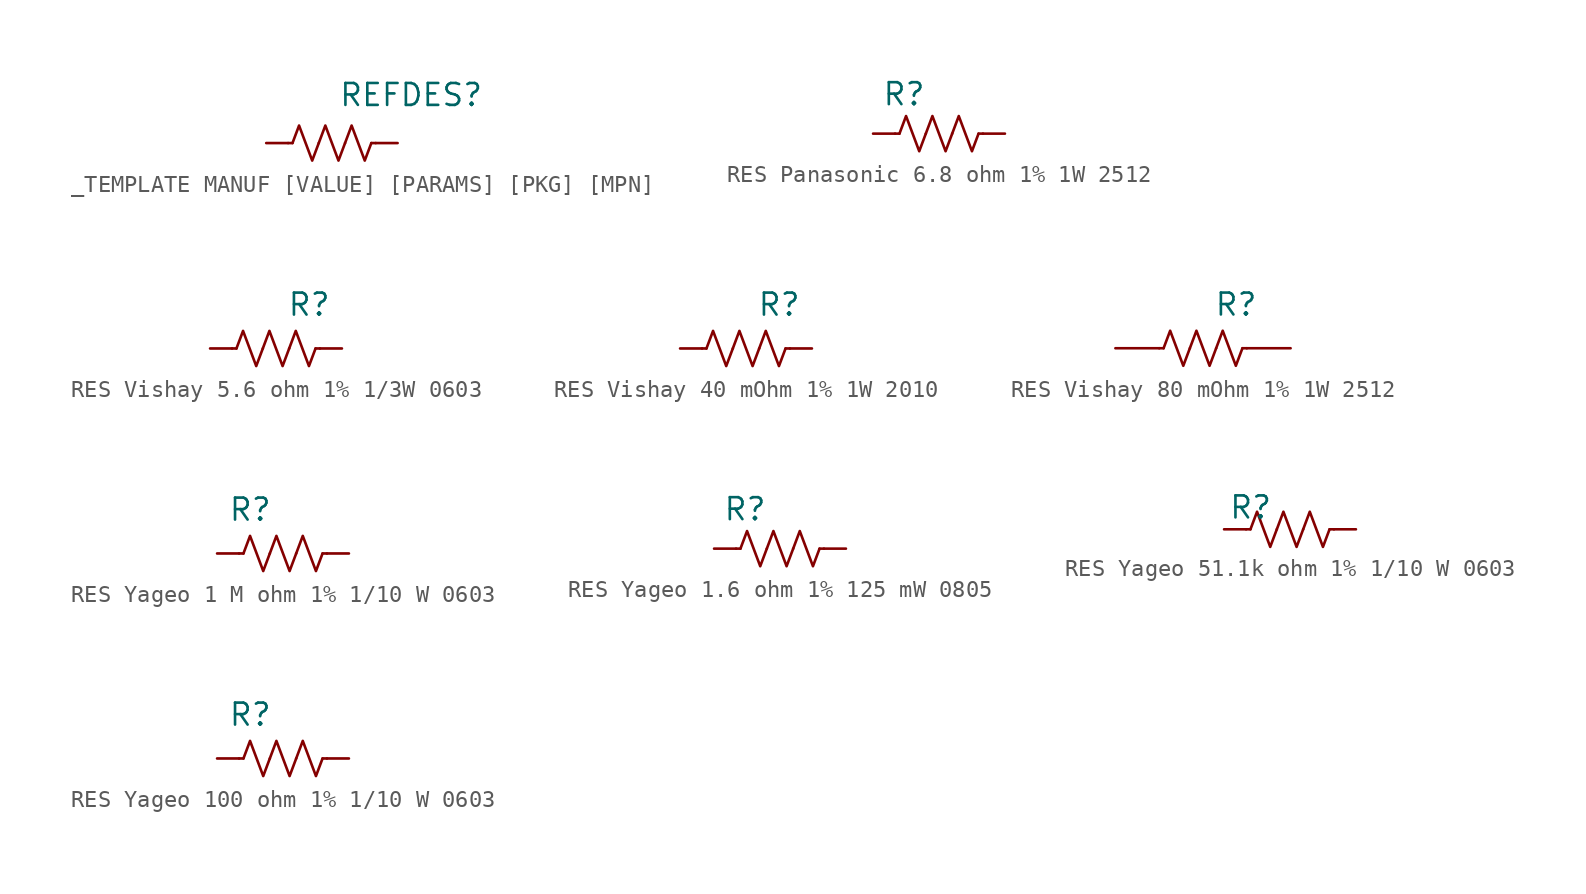
<source format=kicad_sym>
(kicad_symbol_lib
  (version 20241209)
  (generator "kicad_symbol_editor")
  (generator_version "9.0")
  (symbol "_TEMPLATE MANUF [VALUE] [PARAMS] [PKG] [MPN]"
    (pin_numbers
      (hide yes))
    (pin_names
      (offset 0))
    (property "Reference" "REFDES"
      (at 0.635 2.54 0)
      (effects (font (size 1.27 1.27)) (justify left)))
    (symbol "_TEMPLATE MANUF [VALUE] [PARAMS] [PKG] [MPN]_0_1"
      (polyline (pts (xy -2.032 -0.254) (xy -2.286 -0.254)) (stroke (width 0) (type default)) (fill (type none)))
      (polyline (pts (xy -0.508 -0.254) (xy -0.889 -1.27) (xy -1.27 -0.254) (xy -1.651 0.762) (xy -2.032 -0.254)) (stroke (width 0) (type default)) (fill (type none)))
      (polyline (pts (xy 1.016 -0.254) (xy 0.635 -1.27) (xy 0.254 -0.254) (xy -0.127 0.762) (xy -0.508 -0.254)) (stroke (width 0) (type default)) (fill (type none)))
      (polyline (pts (xy 2.54 -0.254) (xy 2.794 -0.254)) (stroke (width 0) (type default)) (fill (type none)))
      (polyline (pts (xy 2.54 -0.254) (xy 2.159 -1.27) (xy 1.778 -0.254) (xy 1.397 0.762) (xy 1.016 -0.254)) (stroke (width 0) (type default)) (fill (type none))))
    (symbol "_TEMPLATE MANUF [VALUE] [PARAMS] [PKG] [MPN]_1_1"
      (pin passive line (at -3.556 -0.254 0) (length 1.27) (name "~" (effects (font (size 1.27 1.27)))) (number "2" (effects (font (size 1.27 1.27)))))
      (pin passive line (at 4.064 -0.254 180) (length 1.27) (name "~" (effects (font (size 1.27 1.27)))) (number "1" (effects (font (size 1.27 1.27)))))))
  (symbol "RES Panasonic 6.8 ohm 1% 1W 2512"
    (pin_numbers
      (hide yes))
    (pin_names
      (offset 0))
    (property "Reference" "R"
      (at -3.302 2.286 0)
      (effects (font (size 1.27 1.27)) (justify left)))
    (symbol "RES Panasonic 6.8 ohm 1% 1W 2512_0_1"
      (polyline (pts (xy -2.286 0) (xy -2.54 0)) (stroke (width 0) (type default)) (fill (type none)))
      (polyline (pts (xy -0.762 0) (xy -1.143 -1.016) (xy -1.524 0) (xy -1.905 1.016) (xy -2.286 0)) (stroke (width 0) (type default)) (fill (type none)))
      (polyline (pts (xy 0.762 0) (xy 0.381 -1.016) (xy 0 0) (xy -0.381 1.016) (xy -0.762 0)) (stroke (width 0) (type default)) (fill (type none)))
      (polyline (pts (xy 2.286 0) (xy 2.54 0)) (stroke (width 0) (type default)) (fill (type none)))
      (polyline (pts (xy 2.286 0) (xy 1.905 -1.016) (xy 1.524 0) (xy 1.143 1.016) (xy 0.762 0)) (stroke (width 0) (type default)) (fill (type none))))
    (symbol "RES Panasonic 6.8 ohm 1% 1W 2512_1_1"
      (pin passive line (at -3.81 0 0) (length 1.27) (name "~" (effects (font (size 1.27 1.27)))) (number "2" (effects (font (size 1.27 1.27)))))
      (pin passive line (at 3.81 0 180) (length 1.27) (name "~" (effects (font (size 1.27 1.27)))) (number "1" (effects (font (size 1.27 1.27)))))))
  (symbol "RES Vishay 5.6 ohm 1% 1/3W 0603"
    (pin_numbers
      (hide yes))
    (pin_names
      (offset 0))
    (property "Reference" "R"
      (at 0.635 2.54 0)
      (effects (font (size 1.27 1.27)) (justify left)))
    (symbol "RES Vishay 5.6 ohm 1% 1/3W 0603_0_1"
      (polyline (pts (xy -2.286 0) (xy -2.54 0)) (stroke (width 0) (type default)) (fill (type none)))
      (polyline (pts (xy -0.762 0) (xy -1.143 -1.016) (xy -1.524 0) (xy -1.905 1.016) (xy -2.286 0)) (stroke (width 0) (type default)) (fill (type none)))
      (polyline (pts (xy 0.762 0) (xy 0.381 -1.016) (xy 0 0) (xy -0.381 1.016) (xy -0.762 0)) (stroke (width 0) (type default)) (fill (type none)))
      (polyline (pts (xy 2.286 0) (xy 2.54 0)) (stroke (width 0) (type default)) (fill (type none)))
      (polyline (pts (xy 2.286 0) (xy 1.905 -1.016) (xy 1.524 0) (xy 1.143 1.016) (xy 0.762 0)) (stroke (width 0) (type default)) (fill (type none))))
    (symbol "RES Vishay 5.6 ohm 1% 1/3W 0603_1_1"
      (pin passive line (at -3.81 0 0) (length 1.27) (name "~" (effects (font (size 1.27 1.27)))) (number "2" (effects (font (size 1.27 1.27)))))
      (pin passive line (at 3.81 0 180) (length 1.27) (name "~" (effects (font (size 1.27 1.27)))) (number "1" (effects (font (size 1.27 1.27)))))))
  (symbol "RES Vishay 40 mOhm 1% 1W 2010"
    (pin_numbers
      (hide yes))
    (pin_names
      (offset 0))
    (property "Reference" "R"
      (at 0.635 2.54 0)
      (effects (font (size 1.27 1.27)) (justify left)))
    (symbol "RES Vishay 40 mOhm 1% 1W 2010_0_1"
      (polyline (pts (xy -2.286 0) (xy -2.54 0)) (stroke (width 0) (type default)) (fill (type none)))
      (polyline (pts (xy -0.762 0) (xy -1.143 -1.016) (xy -1.524 0) (xy -1.905 1.016) (xy -2.286 0)) (stroke (width 0) (type default)) (fill (type none)))
      (polyline (pts (xy 0.762 0) (xy 0.381 -1.016) (xy 0 0) (xy -0.381 1.016) (xy -0.762 0)) (stroke (width 0) (type default)) (fill (type none)))
      (polyline (pts (xy 2.286 0) (xy 2.54 0)) (stroke (width 0) (type default)) (fill (type none)))
      (polyline (pts (xy 2.286 0) (xy 1.905 -1.016) (xy 1.524 0) (xy 1.143 1.016) (xy 0.762 0)) (stroke (width 0) (type default)) (fill (type none))))
    (symbol "RES Vishay 40 mOhm 1% 1W 2010_1_1"
      (pin passive line (at -3.81 0 0) (length 1.27) (name "~" (effects (font (size 1.27 1.27)))) (number "2" (effects (font (size 1.27 1.27)))))
      (pin passive line (at 3.81 0 180) (length 1.27) (name "~" (effects (font (size 1.27 1.27)))) (number "1" (effects (font (size 1.27 1.27)))))))
  (symbol "RES Vishay 80 mOhm 1% 1W 2512"
    (pin_numbers
      (hide yes))
    (pin_names
      (offset 0))
    (property "Reference" "R"
      (at 0.635 2.54 0)
      (effects (font (size 1.27 1.27)) (justify left)))
    (symbol "RES Vishay 80 mOhm 1% 1W 2512_0_1"
      (polyline (pts (xy -2.286 0) (xy -2.54 0)) (stroke (width 0) (type default)) (fill (type none)))
      (polyline (pts (xy -0.762 0) (xy -1.143 -1.016) (xy -1.524 0) (xy -1.905 1.016) (xy -2.286 0)) (stroke (width 0) (type default)) (fill (type none)))
      (polyline (pts (xy 0.762 0) (xy 0.381 -1.016) (xy 0 0) (xy -0.381 1.016) (xy -0.762 0)) (stroke (width 0) (type default)) (fill (type none)))
      (polyline (pts (xy 2.286 0) (xy 2.54 0)) (stroke (width 0) (type default)) (fill (type none)))
      (polyline (pts (xy 2.286 0) (xy 1.905 -1.016) (xy 1.524 0) (xy 1.143 1.016) (xy 0.762 0)) (stroke (width 0) (type default)) (fill (type none))))
    (symbol "RES Vishay 80 mOhm 1% 1W 2512_1_1"
      (pin passive line (at -5.08 0 0) (length 2.54) (name "~" (effects (font (size 1.27 1.27)))) (number "2" (effects (font (size 1.27 1.27)))))
      (pin passive line (at 5.08 0 180) (length 2.54) (name "~" (effects (font (size 1.27 1.27)))) (number "1" (effects (font (size 1.27 1.27)))))))
  (symbol "RES Yageo 1 M ohm 1% 1/10 W 0603"
    (pin_numbers
      (hide yes))
    (pin_names
      (offset 0))
    (property "Reference" "R"
      (at 0.635 2.54 0)
      (effects (font (size 1.27 1.27)) (justify left)))
    (symbol "RES Yageo 1 M ohm 1% 1/10 W 0603_0_1"
      (polyline (pts (xy 1.524 0) (xy 1.27 0)) (stroke (width 0) (type default)) (fill (type none)))
      (polyline (pts (xy 3.048 0) (xy 2.667 -1.016) (xy 2.286 0) (xy 1.905 1.016) (xy 1.524 0)) (stroke (width 0) (type default)) (fill (type none)))
      (polyline (pts (xy 4.572 0) (xy 4.191 -1.016) (xy 3.81 0) (xy 3.429 1.016) (xy 3.048 0)) (stroke (width 0) (type default)) (fill (type none)))
      (polyline (pts (xy 6.096 0) (xy 6.35 0)) (stroke (width 0) (type default)) (fill (type none)))
      (polyline (pts (xy 6.096 0) (xy 5.715 -1.016) (xy 5.334 0) (xy 4.953 1.016) (xy 4.572 0)) (stroke (width 0) (type default)) (fill (type none))))
    (symbol "RES Yageo 1 M ohm 1% 1/10 W 0603_1_1"
      (pin passive line (at 0 0 0) (length 1.27) (name "~" (effects (font (size 1.27 1.27)))) (number "2" (effects (font (size 1.27 1.27)))))
      (pin passive line (at 7.62 0 180) (length 1.27) (name "~" (effects (font (size 1.27 1.27)))) (number "1" (effects (font (size 1.27 1.27)))))))
  (symbol "RES Yageo 1.6 ohm 1% 125 mW 0805"
    (pin_numbers
      (hide yes))
    (pin_names
      (offset 0))
    (property "Reference" "R"
      (at -3.302 2.286 0)
      (effects (font (size 1.27 1.27)) (justify left)))
    (symbol "RES Yageo 1.6 ohm 1% 125 mW 0805_0_1"
      (polyline (pts (xy -2.286 0) (xy -2.54 0)) (stroke (width 0) (type default)) (fill (type none)))
      (polyline (pts (xy -0.762 0) (xy -1.143 -1.016) (xy -1.524 0) (xy -1.905 1.016) (xy -2.286 0)) (stroke (width 0) (type default)) (fill (type none)))
      (polyline (pts (xy 0.762 0) (xy 0.381 -1.016) (xy 0 0) (xy -0.381 1.016) (xy -0.762 0)) (stroke (width 0) (type default)) (fill (type none)))
      (polyline (pts (xy 2.286 0) (xy 2.54 0)) (stroke (width 0) (type default)) (fill (type none)))
      (polyline (pts (xy 2.286 0) (xy 1.905 -1.016) (xy 1.524 0) (xy 1.143 1.016) (xy 0.762 0)) (stroke (width 0) (type default)) (fill (type none))))
    (symbol "RES Yageo 1.6 ohm 1% 125 mW 0805_1_1"
      (pin passive line (at -3.81 0 0) (length 1.27) (name "~" (effects (font (size 1.27 1.27)))) (number "2" (effects (font (size 1.27 1.27)))))
      (pin passive line (at 3.81 0 180) (length 1.27) (name "~" (effects (font (size 1.27 1.27)))) (number "1" (effects (font (size 1.27 1.27)))))))
  (symbol "RES Yageo 51.1k ohm 1% 1/10 W 0603"
    (pin_numbers
      (hide yes))
    (pin_names
      (offset 0))
    (property "Reference" "R"
      (at -3.556 1.27 0)
      (effects (font (size 1.27 1.27)) (justify left)))
    (symbol "RES Yageo 51.1k ohm 1% 1/10 W 0603_0_1"
      (polyline (pts (xy -2.286 0) (xy -2.54 0)) (stroke (width 0) (type default)) (fill (type none)))
      (polyline (pts (xy -0.762 0) (xy -1.143 -1.016) (xy -1.524 0) (xy -1.905 1.016) (xy -2.286 0)) (stroke (width 0) (type default)) (fill (type none)))
      (polyline (pts (xy 0.762 0) (xy 0.381 -1.016) (xy 0 0) (xy -0.381 1.016) (xy -0.762 0)) (stroke (width 0) (type default)) (fill (type none)))
      (polyline (pts (xy 2.286 0) (xy 2.54 0)) (stroke (width 0) (type default)) (fill (type none)))
      (polyline (pts (xy 2.286 0) (xy 1.905 -1.016) (xy 1.524 0) (xy 1.143 1.016) (xy 0.762 0)) (stroke (width 0) (type default)) (fill (type none))))
    (symbol "RES Yageo 51.1k ohm 1% 1/10 W 0603_1_1"
      (pin passive line (at -3.81 0 0) (length 1.27) (name "~" (effects (font (size 1.27 1.27)))) (number "2" (effects (font (size 1.27 1.27)))))
      (pin passive line (at 3.81 0 180) (length 1.27) (name "~" (effects (font (size 1.27 1.27)))) (number "1" (effects (font (size 1.27 1.27)))))))
  (symbol "RES Yageo 100 ohm 1% 1/10 W 0603"
    (pin_numbers
      (hide yes))
    (pin_names
      (offset 0))
    (property "Reference" "R"
      (at 0.635 2.54 0)
      (effects (font (size 1.27 1.27)) (justify left)))
    (symbol "RES Yageo 100 ohm 1% 1/10 W 0603_0_1"
      (polyline (pts (xy 1.524 0) (xy 1.27 0)) (stroke (width 0) (type default)) (fill (type none)))
      (polyline (pts (xy 3.048 0) (xy 2.667 -1.016) (xy 2.286 0) (xy 1.905 1.016) (xy 1.524 0)) (stroke (width 0) (type default)) (fill (type none)))
      (polyline (pts (xy 4.572 0) (xy 4.191 -1.016) (xy 3.81 0) (xy 3.429 1.016) (xy 3.048 0)) (stroke (width 0) (type default)) (fill (type none)))
      (polyline (pts (xy 6.096 0) (xy 6.35 0)) (stroke (width 0) (type default)) (fill (type none)))
      (polyline (pts (xy 6.096 0) (xy 5.715 -1.016) (xy 5.334 0) (xy 4.953 1.016) (xy 4.572 0)) (stroke (width 0) (type default)) (fill (type none))))
    (symbol "RES Yageo 100 ohm 1% 1/10 W 0603_1_1"
      (pin passive line (at 0 0 0) (length 1.27) (name "~" (effects (font (size 1.27 1.27)))) (number "2" (effects (font (size 1.27 1.27)))))
      (pin passive line (at 7.62 0 180) (length 1.27) (name "~" (effects (font (size 1.27 1.27)))) (number "1" (effects (font (size 1.27 1.27))))))))
</source>
